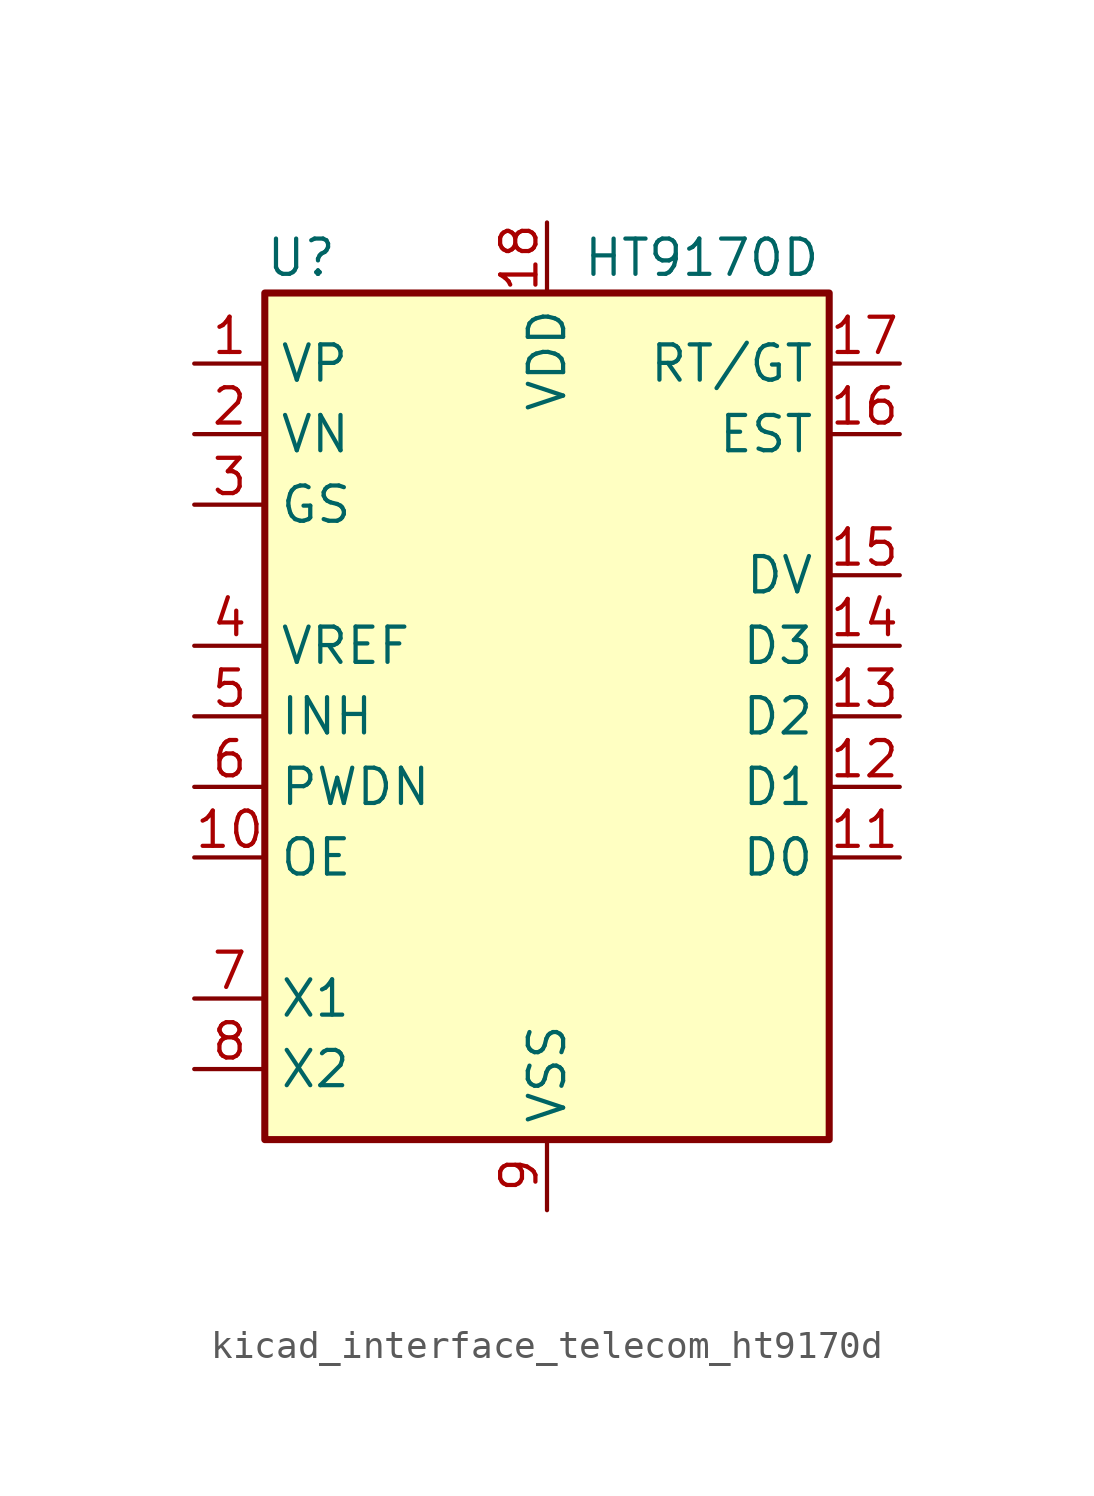
<source format=kicad_sym>
(kicad_symbol_lib
  (version 20220914)
  (generator kicad_symbol_editor)
  (symbol "kicad_interface_telecom_ht9170d"
    (property "Reference" "U"
      (at -10.16 16.51 0)
      (effects (font (size 1.27 1.27)) (justify left)))
    (property "Value" "HT9170D"
      (at 1.27 16.51 0)
      (effects (font (size 1.27 1.27)) (justify left)))
    (symbol "kicad_interface_telecom_ht9170d_0_1"
      (rectangle (start -10.16 15.24) (end 10.16 -15.24) (stroke (width 0.254) (type default)) (fill (type background))))
    (symbol "kicad_interface_telecom_ht9170d_1_1"
      (pin input line (at -12.7 12.7 0) (length 2.54) (name "VP" (effects (font (size 1.27 1.27)))) (number "1" (effects (font (size 1.27 1.27)))))
      (pin input line (at -12.7 -5.08 0) (length 2.54) (name "OE" (effects (font (size 1.27 1.27)))) (number "10" (effects (font (size 1.27 1.27)))))
      (pin tri_state line (at 12.7 -5.08 180) (length 2.54) (name "D0" (effects (font (size 1.27 1.27)))) (number "11" (effects (font (size 1.27 1.27)))))
      (pin tri_state line (at 12.7 -2.54 180) (length 2.54) (name "D1" (effects (font (size 1.27 1.27)))) (number "12" (effects (font (size 1.27 1.27)))))
      (pin tri_state line (at 12.7 0 180) (length 2.54) (name "D2" (effects (font (size 1.27 1.27)))) (number "13" (effects (font (size 1.27 1.27)))))
      (pin tri_state line (at 12.7 2.54 180) (length 2.54) (name "D3" (effects (font (size 1.27 1.27)))) (number "14" (effects (font (size 1.27 1.27)))))
      (pin output line (at 12.7 5.08 180) (length 2.54) (name "DV" (effects (font (size 1.27 1.27)))) (number "15" (effects (font (size 1.27 1.27)))))
      (pin output line (at 12.7 10.16 180) (length 2.54) (name "EST" (effects (font (size 1.27 1.27)))) (number "16" (effects (font (size 1.27 1.27)))))
      (pin bidirectional line (at 12.7 12.7 180) (length 2.54) (name "RT/GT" (effects (font (size 1.27 1.27)))) (number "17" (effects (font (size 1.27 1.27)))))
      (pin power_in line (at 0 17.78 270) (length 2.54) (name "VDD" (effects (font (size 1.27 1.27)))) (number "18" (effects (font (size 1.27 1.27)))))
      (pin input line (at -12.7 10.16 0) (length 2.54) (name "VN" (effects (font (size 1.27 1.27)))) (number "2" (effects (font (size 1.27 1.27)))))
      (pin output line (at -12.7 7.62 0) (length 2.54) (name "GS" (effects (font (size 1.27 1.27)))) (number "3" (effects (font (size 1.27 1.27)))))
      (pin power_out line (at -12.7 2.54 0) (length 2.54) (name "VREF" (effects (font (size 1.27 1.27)))) (number "4" (effects (font (size 1.27 1.27)))))
      (pin input line (at -12.7 0 0) (length 2.54) (name "INH" (effects (font (size 1.27 1.27)))) (number "5" (effects (font (size 1.27 1.27)))))
      (pin input line (at -12.7 -2.54 0) (length 2.54) (name "PWDN" (effects (font (size 1.27 1.27)))) (number "6" (effects (font (size 1.27 1.27)))))
      (pin input line (at -12.7 -10.16 0) (length 2.54) (name "X1" (effects (font (size 1.27 1.27)))) (number "7" (effects (font (size 1.27 1.27)))))
      (pin output line (at -12.7 -12.7 0) (length 2.54) (name "X2" (effects (font (size 1.27 1.27)))) (number "8" (effects (font (size 1.27 1.27)))))
      (pin power_in line (at 0 -17.78 90) (length 2.54) (name "VSS" (effects (font (size 1.27 1.27)))) (number "9" (effects (font (size 1.27 1.27))))))))
</source>
